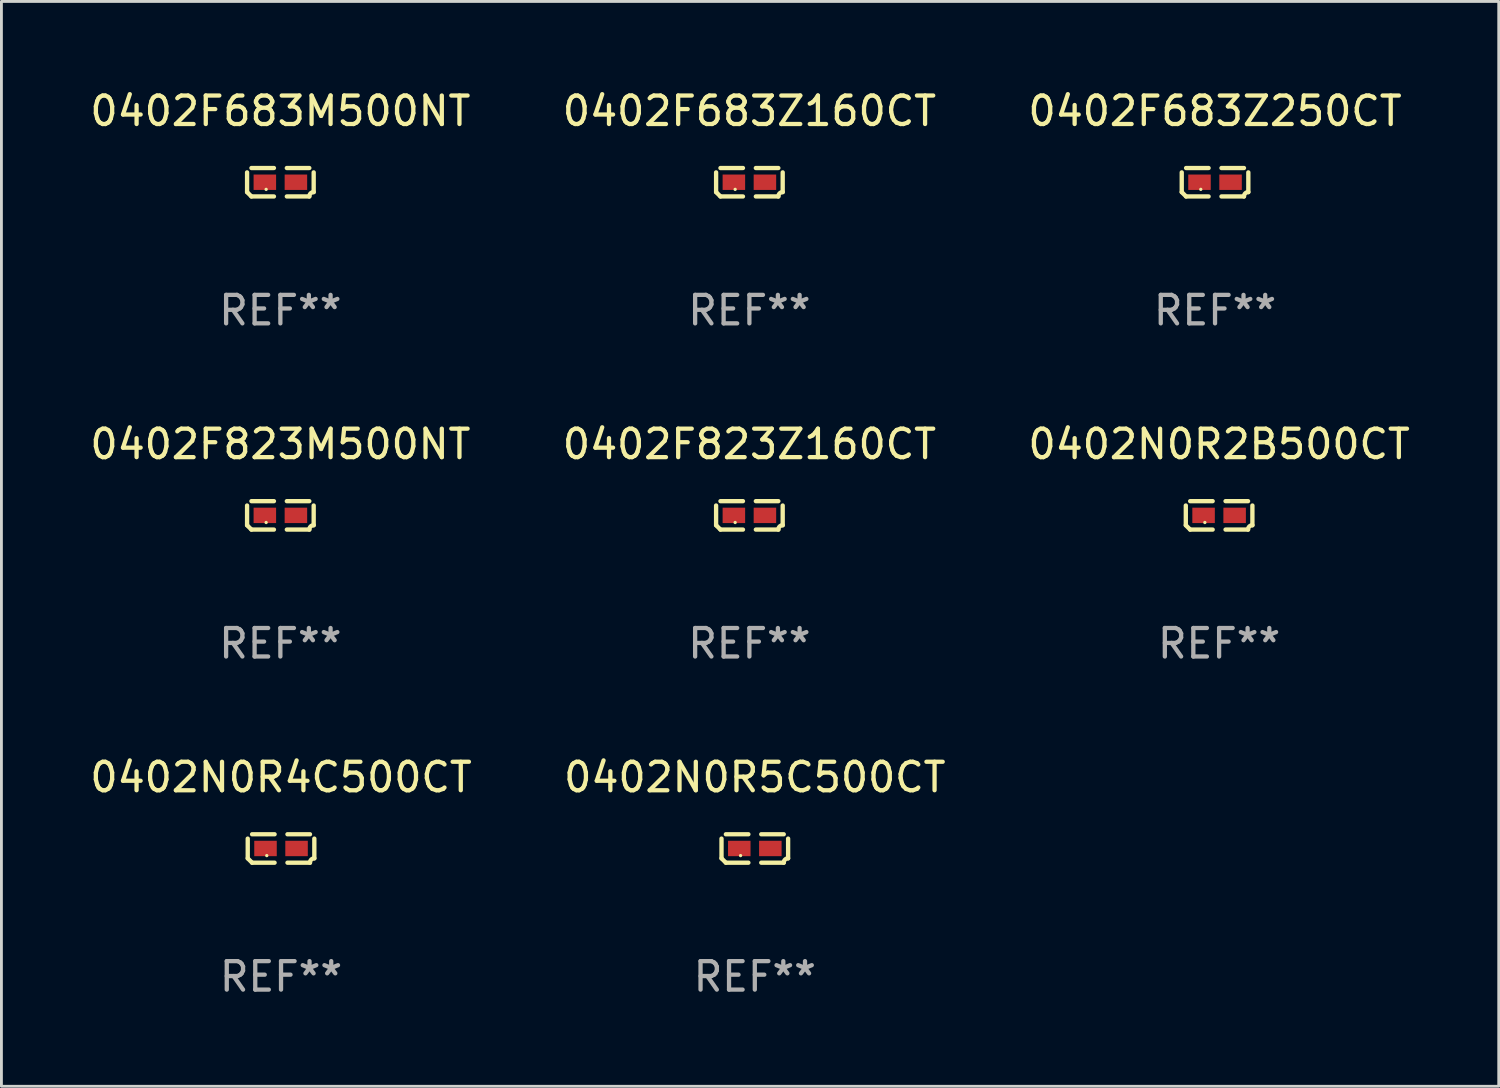
<source format=kicad_pcb>
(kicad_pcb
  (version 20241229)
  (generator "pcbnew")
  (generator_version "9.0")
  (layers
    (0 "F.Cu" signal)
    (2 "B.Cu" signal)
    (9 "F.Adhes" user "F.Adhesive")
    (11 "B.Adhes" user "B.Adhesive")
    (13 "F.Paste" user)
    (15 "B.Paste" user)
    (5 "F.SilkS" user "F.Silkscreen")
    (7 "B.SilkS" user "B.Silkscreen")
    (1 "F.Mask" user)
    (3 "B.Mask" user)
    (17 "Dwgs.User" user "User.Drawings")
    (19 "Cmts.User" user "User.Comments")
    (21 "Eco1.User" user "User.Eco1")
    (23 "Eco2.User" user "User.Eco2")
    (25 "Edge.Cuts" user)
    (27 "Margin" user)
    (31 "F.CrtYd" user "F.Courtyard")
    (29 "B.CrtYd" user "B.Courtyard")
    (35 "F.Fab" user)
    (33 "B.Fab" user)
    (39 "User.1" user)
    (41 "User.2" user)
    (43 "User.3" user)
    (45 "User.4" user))
  (footprint "0402N0R4C500CT"
    (layer "F.Cu")
    (at 6.815 26.734)
    (property "Reference" "0402N0R4C500CT" (at 0 -2.499 0) (layer "F.SilkS") (effects (font (size 1 1) (thickness 0.15))))
    (attr through_hole)
    (fp_line (start -1.169 0.346) (end -1.169 -0.346) (stroke (width 0.152) (type solid)) (layer "F.SilkS"))
    (fp_line (start -1.016 -0.499) (end -0.226 -0.499) (stroke (width 0.152) (type solid)) (layer "F.SilkS"))
    (fp_line (start -0.226 0.499) (end -1.016 0.499) (stroke (width 0.152) (type solid)) (layer "F.SilkS"))
    (fp_line (start 0.226 0.499) (end 1.016 0.499) (stroke (width 0.152) (type solid)) (layer "F.SilkS"))
    (fp_line (start 1.016 -0.499) (end 0.226 -0.499) (stroke (width 0.152) (type solid)) (layer "F.SilkS"))
    (fp_line (start 1.169 0.346) (end 1.169 -0.346) (stroke (width 0.152) (type solid)) (layer "F.SilkS"))
    (fp_arc (start -1.016307 0.498603) (mid -1.092512 0.422405) (end -1.16871 0.3462) (stroke (width 0.1524) (type solid)) (layer "F.SilkS"))
    (fp_arc (start 1.016307 0.498603) (mid 1.060899 0.390758) (end 1.168707 0.346076) (stroke (width 0.1524) (type solid)) (layer "F.SilkS"))
    (fp_circle (center -0.5 0.25) (end -0.47 0.25) (stroke (width 0.06) (type solid)) (fill no) (layer "F.SilkS"))
    (fp_text user "REF**" (at 0 4.499 0) (layer "F.Fab") (effects (font (size 1 1) (thickness 0.15))))
    (pad "1" smd rect (at -0.545 0) (size 0.79 0.54) (layers "F.Cu" "F.Mask" "F.Paste"))
    (pad "2" smd rect (at 0.545 0) (size 0.79 0.54) (layers "F.Cu" "F.Mask" "F.Paste")))
  (footprint "0402N0R2B500CT"
    (layer "F.Cu")
    (at 39.744 15.041)
    (property "Reference" "0402N0R2B500CT" (at 0 -2.499 0) (layer "F.SilkS") (effects (font (size 1 1) (thickness 0.15))))
    (attr through_hole)
    (fp_line (start -1.169 0.346) (end -1.169 -0.346) (stroke (width 0.152) (type solid)) (layer "F.SilkS"))
    (fp_line (start -1.016 -0.499) (end -0.226 -0.499) (stroke (width 0.152) (type solid)) (layer "F.SilkS"))
    (fp_line (start -0.226 0.499) (end -1.016 0.499) (stroke (width 0.152) (type solid)) (layer "F.SilkS"))
    (fp_line (start 0.226 0.499) (end 1.016 0.499) (stroke (width 0.152) (type solid)) (layer "F.SilkS"))
    (fp_line (start 1.016 -0.499) (end 0.226 -0.499) (stroke (width 0.152) (type solid)) (layer "F.SilkS"))
    (fp_line (start 1.169 0.346) (end 1.169 -0.346) (stroke (width 0.152) (type solid)) (layer "F.SilkS"))
    (fp_arc (start -1.016307 0.498603) (mid -1.092512 0.422405) (end -1.16871 0.3462) (stroke (width 0.1524) (type solid)) (layer "F.SilkS"))
    (fp_arc (start 1.016307 0.498603) (mid 1.060899 0.390758) (end 1.168707 0.346076) (stroke (width 0.1524) (type solid)) (layer "F.SilkS"))
    (fp_circle (center -0.5 0.25) (end -0.47 0.25) (stroke (width 0.06) (type solid)) (fill no) (layer "F.SilkS"))
    (fp_text user "REF**" (at 0 4.499 0) (layer "F.Fab") (effects (font (size 1 1) (thickness 0.15))))
    (pad "1" smd rect (at -0.545 0) (size 0.79 0.54) (layers "F.Cu" "F.Mask" "F.Paste"))
    (pad "2" smd rect (at 0.545 0) (size 0.79 0.54) (layers "F.Cu" "F.Mask" "F.Paste")))
  (footprint "0402N0R5C500CT"
    (layer "F.Cu")
    (at 23.446 26.734)
    (property "Reference" "0402N0R5C500CT" (at 0 -2.499 0) (layer "F.SilkS") (effects (font (size 1 1) (thickness 0.15))))
    (attr through_hole)
    (fp_line (start -1.169 0.346) (end -1.169 -0.346) (stroke (width 0.152) (type solid)) (layer "F.SilkS"))
    (fp_line (start -1.016 -0.499) (end -0.226 -0.499) (stroke (width 0.152) (type solid)) (layer "F.SilkS"))
    (fp_line (start -0.226 0.499) (end -1.016 0.499) (stroke (width 0.152) (type solid)) (layer "F.SilkS"))
    (fp_line (start 0.226 0.499) (end 1.016 0.499) (stroke (width 0.152) (type solid)) (layer "F.SilkS"))
    (fp_line (start 1.016 -0.499) (end 0.226 -0.499) (stroke (width 0.152) (type solid)) (layer "F.SilkS"))
    (fp_line (start 1.169 0.346) (end 1.169 -0.346) (stroke (width 0.152) (type solid)) (layer "F.SilkS"))
    (fp_arc (start -1.016307 0.498603) (mid -1.092512 0.422405) (end -1.16871 0.3462) (stroke (width 0.1524) (type solid)) (layer "F.SilkS"))
    (fp_arc (start 1.016307 0.498603) (mid 1.060899 0.390758) (end 1.168707 0.346076) (stroke (width 0.1524) (type solid)) (layer "F.SilkS"))
    (fp_circle (center -0.5 0.25) (end -0.47 0.25) (stroke (width 0.06) (type solid)) (fill no) (layer "F.SilkS"))
    (fp_text user "REF**" (at 0 4.499 0) (layer "F.Fab") (effects (font (size 1 1) (thickness 0.15))))
    (pad "1" smd rect (at -0.545 0) (size 0.79 0.54) (layers "F.Cu" "F.Mask" "F.Paste"))
    (pad "2" smd rect (at 0.545 0) (size 0.79 0.54) (layers "F.Cu" "F.Mask" "F.Paste")))
  (footprint "0402F683Z160CT"
    (layer "F.Cu")
    (at 23.256 3.347)
    (property "Reference" "0402F683Z160CT" (at 0 -2.499 0) (layer "F.SilkS") (effects (font (size 1 1) (thickness 0.15))))
    (attr through_hole)
    (fp_line (start -1.169 0.346) (end -1.169 -0.346) (stroke (width 0.152) (type solid)) (layer "F.SilkS"))
    (fp_line (start -1.016 -0.499) (end -0.226 -0.499) (stroke (width 0.152) (type solid)) (layer "F.SilkS"))
    (fp_line (start -0.226 0.499) (end -1.016 0.499) (stroke (width 0.152) (type solid)) (layer "F.SilkS"))
    (fp_line (start 0.226 0.499) (end 1.016 0.499) (stroke (width 0.152) (type solid)) (layer "F.SilkS"))
    (fp_line (start 1.016 -0.499) (end 0.226 -0.499) (stroke (width 0.152) (type solid)) (layer "F.SilkS"))
    (fp_line (start 1.169 0.346) (end 1.169 -0.346) (stroke (width 0.152) (type solid)) (layer "F.SilkS"))
    (fp_arc (start -1.016307 0.498603) (mid -1.092512 0.422405) (end -1.16871 0.3462) (stroke (width 0.1524) (type solid)) (layer "F.SilkS"))
    (fp_arc (start 1.016307 0.498603) (mid 1.060899 0.390758) (end 1.168707 0.346076) (stroke (width 0.1524) (type solid)) (layer "F.SilkS"))
    (fp_circle (center -0.5 0.25) (end -0.47 0.25) (stroke (width 0.06) (type solid)) (fill no) (layer "F.SilkS"))
    (fp_text user "REF**" (at 0 4.499 0) (layer "F.Fab") (effects (font (size 1 1) (thickness 0.15))))
    (pad "1" smd rect (at -0.545 0) (size 0.79 0.54) (layers "F.Cu" "F.Mask" "F.Paste"))
    (pad "2" smd rect (at 0.545 0) (size 0.79 0.54) (layers "F.Cu" "F.Mask" "F.Paste")))
  (footprint "0402F823M500NT"
    (layer "F.Cu")
    (at 6.792 15.041)
    (property "Reference" "0402F823M500NT" (at 0 -2.499 0) (layer "F.SilkS") (effects (font (size 1 1) (thickness 0.15))))
    (attr through_hole)
    (fp_line (start -1.169 0.346) (end -1.169 -0.346) (stroke (width 0.152) (type solid)) (layer "F.SilkS"))
    (fp_line (start -1.016 -0.499) (end -0.226 -0.499) (stroke (width 0.152) (type solid)) (layer "F.SilkS"))
    (fp_line (start -0.226 0.499) (end -1.016 0.499) (stroke (width 0.152) (type solid)) (layer "F.SilkS"))
    (fp_line (start 0.226 0.499) (end 1.016 0.499) (stroke (width 0.152) (type solid)) (layer "F.SilkS"))
    (fp_line (start 1.016 -0.499) (end 0.226 -0.499) (stroke (width 0.152) (type solid)) (layer "F.SilkS"))
    (fp_line (start 1.169 0.346) (end 1.169 -0.346) (stroke (width 0.152) (type solid)) (layer "F.SilkS"))
    (fp_arc (start -1.016307 0.498603) (mid -1.092512 0.422405) (end -1.16871 0.3462) (stroke (width 0.1524) (type solid)) (layer "F.SilkS"))
    (fp_arc (start 1.016307 0.498603) (mid 1.060899 0.390758) (end 1.168707 0.346076) (stroke (width 0.1524) (type solid)) (layer "F.SilkS"))
    (fp_circle (center -0.5 0.25) (end -0.47 0.25) (stroke (width 0.06) (type solid)) (fill no) (layer "F.SilkS"))
    (fp_text user "REF**" (at 0 4.499 0) (layer "F.Fab") (effects (font (size 1 1) (thickness 0.15))))
    (pad "1" smd rect (at -0.545 0) (size 0.79 0.54) (layers "F.Cu" "F.Mask" "F.Paste"))
    (pad "2" smd rect (at 0.545 0) (size 0.79 0.54) (layers "F.Cu" "F.Mask" "F.Paste")))
  (footprint "0402F823Z160CT"
    (layer "F.Cu")
    (at 23.256 15.041)
    (property "Reference" "0402F823Z160CT" (at 0 -2.499 0) (layer "F.SilkS") (effects (font (size 1 1) (thickness 0.15))))
    (attr through_hole)
    (fp_line (start -1.169 0.346) (end -1.169 -0.346) (stroke (width 0.152) (type solid)) (layer "F.SilkS"))
    (fp_line (start -1.016 -0.499) (end -0.226 -0.499) (stroke (width 0.152) (type solid)) (layer "F.SilkS"))
    (fp_line (start -0.226 0.499) (end -1.016 0.499) (stroke (width 0.152) (type solid)) (layer "F.SilkS"))
    (fp_line (start 0.226 0.499) (end 1.016 0.499) (stroke (width 0.152) (type solid)) (layer "F.SilkS"))
    (fp_line (start 1.016 -0.499) (end 0.226 -0.499) (stroke (width 0.152) (type solid)) (layer "F.SilkS"))
    (fp_line (start 1.169 0.346) (end 1.169 -0.346) (stroke (width 0.152) (type solid)) (layer "F.SilkS"))
    (fp_arc (start -1.016307 0.498603) (mid -1.092512 0.422405) (end -1.16871 0.3462) (stroke (width 0.1524) (type solid)) (layer "F.SilkS"))
    (fp_arc (start 1.016307 0.498603) (mid 1.060899 0.390758) (end 1.168707 0.346076) (stroke (width 0.1524) (type solid)) (layer "F.SilkS"))
    (fp_circle (center -0.5 0.25) (end -0.47 0.25) (stroke (width 0.06) (type solid)) (fill no) (layer "F.SilkS"))
    (fp_text user "REF**" (at 0 4.499 0) (layer "F.Fab") (effects (font (size 1 1) (thickness 0.15))))
    (pad "1" smd rect (at -0.545 0) (size 0.79 0.54) (layers "F.Cu" "F.Mask" "F.Paste"))
    (pad "2" smd rect (at 0.545 0) (size 0.79 0.54) (layers "F.Cu" "F.Mask" "F.Paste")))
  (footprint "0402F683Z250CT"
    (layer "F.Cu")
    (at 39.601 3.347)
    (property "Reference" "0402F683Z250CT" (at 0 -2.499 0) (layer "F.SilkS") (effects (font (size 1 1) (thickness 0.15))))
    (attr through_hole)
    (fp_line (start -1.169 0.346) (end -1.169 -0.346) (stroke (width 0.152) (type solid)) (layer "F.SilkS"))
    (fp_line (start -1.016 -0.499) (end -0.226 -0.499) (stroke (width 0.152) (type solid)) (layer "F.SilkS"))
    (fp_line (start -0.226 0.499) (end -1.016 0.499) (stroke (width 0.152) (type solid)) (layer "F.SilkS"))
    (fp_line (start 0.226 0.499) (end 1.016 0.499) (stroke (width 0.152) (type solid)) (layer "F.SilkS"))
    (fp_line (start 1.016 -0.499) (end 0.226 -0.499) (stroke (width 0.152) (type solid)) (layer "F.SilkS"))
    (fp_line (start 1.169 0.346) (end 1.169 -0.346) (stroke (width 0.152) (type solid)) (layer "F.SilkS"))
    (fp_arc (start -1.016307 0.498603) (mid -1.092512 0.422405) (end -1.16871 0.3462) (stroke (width 0.1524) (type solid)) (layer "F.SilkS"))
    (fp_arc (start 1.016307 0.498603) (mid 1.060899 0.390758) (end 1.168707 0.346076) (stroke (width 0.1524) (type solid)) (layer "F.SilkS"))
    (fp_circle (center -0.5 0.25) (end -0.47 0.25) (stroke (width 0.06) (type solid)) (fill no) (layer "F.SilkS"))
    (fp_text user "REF**" (at 0 4.499 0) (layer "F.Fab") (effects (font (size 1 1) (thickness 0.15))))
    (pad "1" smd rect (at -0.545 0) (size 0.79 0.54) (layers "F.Cu" "F.Mask" "F.Paste"))
    (pad "2" smd rect (at 0.545 0) (size 0.79 0.54) (layers "F.Cu" "F.Mask" "F.Paste")))
  (footprint "0402F683M500NT"
    (layer "F.Cu")
    (at 6.792 3.347)
    (property "Reference" "0402F683M500NT" (at 0 -2.499 0) (layer "F.SilkS") (effects (font (size 1 1) (thickness 0.15))))
    (attr through_hole)
    (fp_line (start -1.169 0.346) (end -1.169 -0.346) (stroke (width 0.152) (type solid)) (layer "F.SilkS"))
    (fp_line (start -1.016 -0.499) (end -0.226 -0.499) (stroke (width 0.152) (type solid)) (layer "F.SilkS"))
    (fp_line (start -0.226 0.499) (end -1.016 0.499) (stroke (width 0.152) (type solid)) (layer "F.SilkS"))
    (fp_line (start 0.226 0.499) (end 1.016 0.499) (stroke (width 0.152) (type solid)) (layer "F.SilkS"))
    (fp_line (start 1.016 -0.499) (end 0.226 -0.499) (stroke (width 0.152) (type solid)) (layer "F.SilkS"))
    (fp_line (start 1.169 0.346) (end 1.169 -0.346) (stroke (width 0.152) (type solid)) (layer "F.SilkS"))
    (fp_arc (start -1.016307 0.498603) (mid -1.092512 0.422405) (end -1.16871 0.3462) (stroke (width 0.1524) (type solid)) (layer "F.SilkS"))
    (fp_arc (start 1.016307 0.498603) (mid 1.060899 0.390758) (end 1.168707 0.346076) (stroke (width 0.1524) (type solid)) (layer "F.SilkS"))
    (fp_circle (center -0.5 0.25) (end -0.47 0.25) (stroke (width 0.06) (type solid)) (fill no) (layer "F.SilkS"))
    (fp_text user "REF**" (at 0 4.499 0) (layer "F.Fab") (effects (font (size 1 1) (thickness 0.15))))
    (pad "1" smd rect (at -0.545 0) (size 0.79 0.54) (layers "F.Cu" "F.Mask" "F.Paste"))
    (pad "2" smd rect (at 0.545 0) (size 0.79 0.54) (layers "F.Cu" "F.Mask" "F.Paste")))
  (gr_rect
    (start -3 -3)
    (end 49.56 35.081)
    (stroke (width 0.1) (type default))
    (fill no)
    (layer "Edge.Cuts")))
</source>
